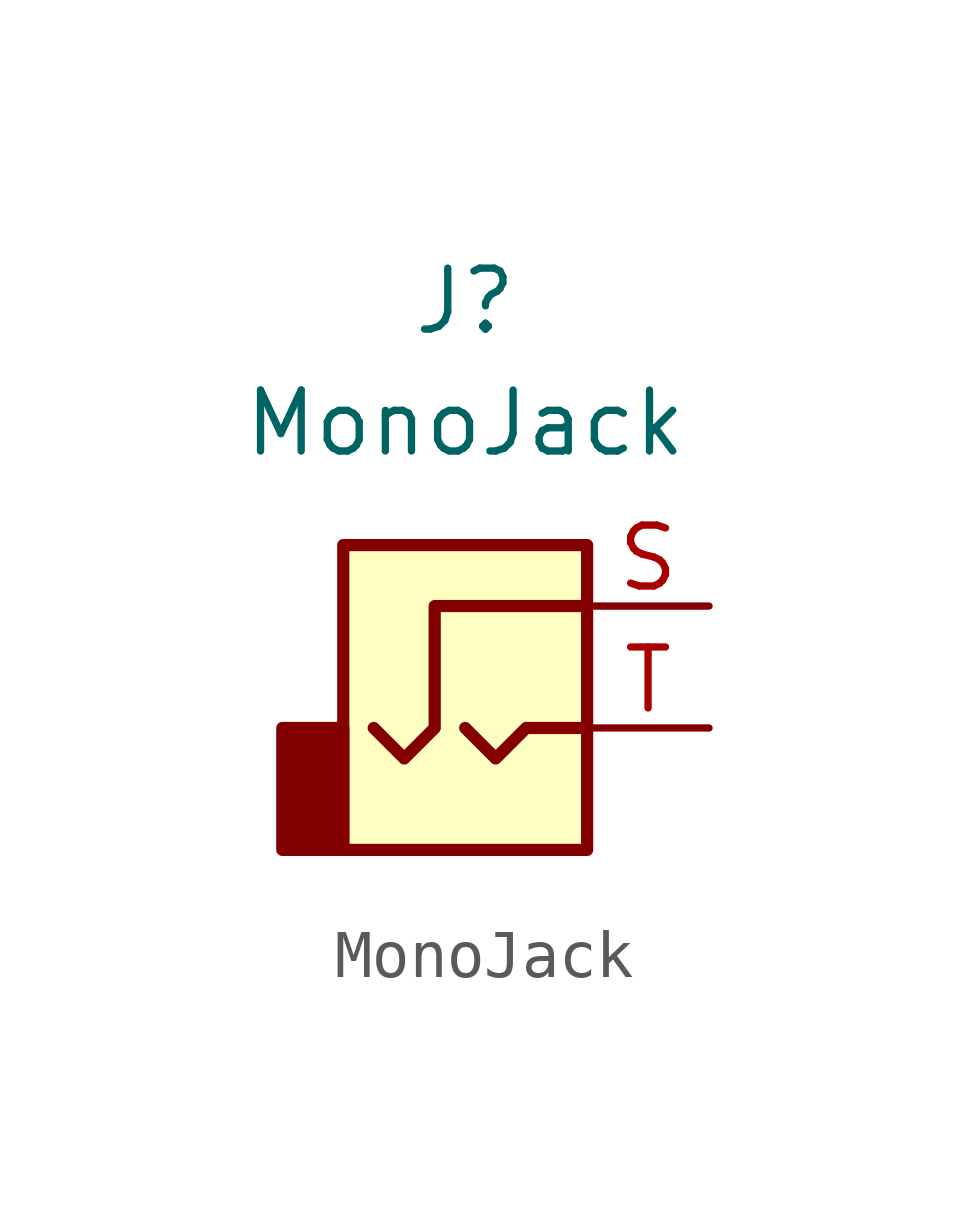
<source format=kicad_sym>
(kicad_symbol_lib
  (version 20220914)
  (generator kicad_symbol_editor)
  (symbol "MonoJack"
    (property "Reference" "J"
      (at 0 8.89 0)
      (effects (font (size 1.27 1.27))))
    (property "Value" "MonoJack"
      (at 0 6.35 0)
      (effects (font (size 1.27 1.27))))
    (symbol "MonoJack_0_1"
      (rectangle (start -3.81 0) (end -2.54 -2.54) (stroke (width 0.254) (type default)) (fill (type outline)))
      (rectangle (start -2.54 3.81) (end 2.54 -2.54) (stroke (width 0.254) (type default)) (fill (type background)))
      (polyline (pts (xy 0 0) (xy 0.635 -0.635) (xy 1.27 0) (xy 2.54 0)) (stroke (width 0.254) (type default)) (fill (type none)))
      (polyline (pts (xy 2.54 2.54) (xy -0.635 2.54) (xy -0.635 0) (xy -1.27 -0.635) (xy -1.905 0)) (stroke (width 0.254) (type default)) (fill (type none))))
    (symbol "MonoJack_1_1"
      (pin passive line (at 5.08 2.54 180) (length 2.54) (name "~" (effects (font (size 1.27 1.27)))) (number "S" (effects (font (size 1.27 1.27)))))
      (pin passive line (at 5.08 0 180) (length 2.54) (name "~" (effects (font (size 1.27 1.27)))) (number "T" (effects (font (size 1.27 1.27))))))))
</source>
